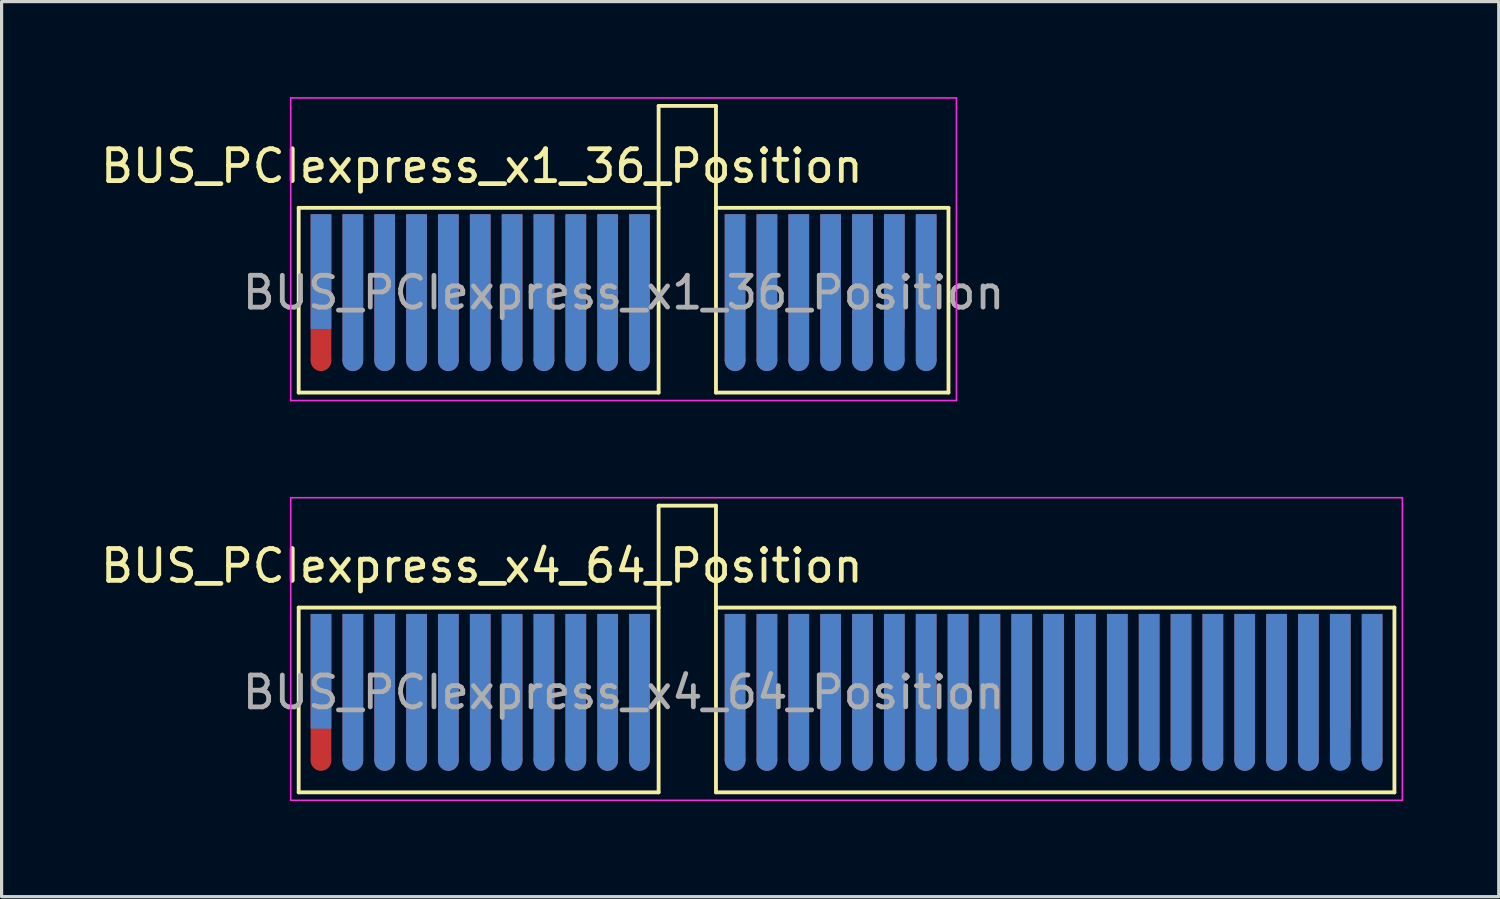
<source format=kicad_pcb>
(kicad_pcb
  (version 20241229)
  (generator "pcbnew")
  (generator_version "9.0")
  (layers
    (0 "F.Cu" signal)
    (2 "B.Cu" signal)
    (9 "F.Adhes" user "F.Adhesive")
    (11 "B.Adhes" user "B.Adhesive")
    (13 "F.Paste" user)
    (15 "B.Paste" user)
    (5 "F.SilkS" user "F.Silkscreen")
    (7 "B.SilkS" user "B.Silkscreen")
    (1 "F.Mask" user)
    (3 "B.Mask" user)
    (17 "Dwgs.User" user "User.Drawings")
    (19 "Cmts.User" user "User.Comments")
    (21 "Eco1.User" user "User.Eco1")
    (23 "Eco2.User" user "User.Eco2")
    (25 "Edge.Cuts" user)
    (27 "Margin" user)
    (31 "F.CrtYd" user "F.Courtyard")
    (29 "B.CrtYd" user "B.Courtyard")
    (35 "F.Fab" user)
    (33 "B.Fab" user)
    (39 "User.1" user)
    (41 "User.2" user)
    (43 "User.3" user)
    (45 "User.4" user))
  (footprint "BUS_PCIexpress_x1_36_Position"
    (layer "F.Cu")
    (at 7.027 5.475)
    (property "Reference" "BUS_PCIexpress_x1_36_Position" (at 5.05 -3.31 0) (layer "F.SilkS") (effects (font (size 1 1) (thickness 0.15))))
    (attr exclude_from_pos_files exclude_from_bom)
    (fp_line (start -0.7 -2) (end 10.6 -2) (stroke (width 0.12) (type solid)) (layer "F.SilkS"))
    (fp_line (start -0.7 3.8) (end -0.7 -2) (stroke (width 0.12) (type solid)) (layer "F.SilkS"))
    (fp_line (start 10.6 -5.2) (end 12.4 -5.2) (stroke (width 0.12) (type solid)) (layer "F.SilkS"))
    (fp_line (start 10.6 -2) (end 10.6 -5.2) (stroke (width 0.12) (type solid)) (layer "F.SilkS"))
    (fp_line (start 10.6 -2) (end 10.6 3.8) (stroke (width 0.12) (type solid)) (layer "F.SilkS"))
    (fp_line (start 10.6 3.8) (end -0.7 3.8) (stroke (width 0.12) (type solid)) (layer "F.SilkS"))
    (fp_line (start 12.4 -5.2) (end 12.4 -2) (stroke (width 0.12) (type solid)) (layer "F.SilkS"))
    (fp_line (start 12.4 -2) (end 12.4 3.8) (stroke (width 0.12) (type solid)) (layer "F.SilkS"))
    (fp_line (start 12.4 3.8) (end 19.7 3.8) (stroke (width 0.12) (type solid)) (layer "F.SilkS"))
    (fp_line (start 19.7 -2) (end 12.4 -2) (stroke (width 0.12) (type solid)) (layer "F.SilkS"))
    (fp_line (start 19.7 -2) (end 19.7 3.8) (stroke (width 0.12) (type solid)) (layer "F.SilkS"))
    (fp_line (start -0.95 -5.45) (end -0.95 4.05) (stroke (width 0.05) (type solid)) (layer "F.CrtYd"))
    (fp_line (start -0.95 -5.45) (end 19.95 -5.45) (stroke (width 0.05) (type solid)) (layer "F.CrtYd"))
    (fp_line (start 19.95 4.05) (end -0.95 4.05) (stroke (width 0.05) (type solid)) (layer "F.CrtYd"))
    (fp_line (start 19.95 4.05) (end 19.95 -5.45) (stroke (width 0.05) (type solid)) (layer "F.CrtYd"))
    (fp_text user "${REFERENCE}" (at 9.5 0.662 0) (layer "F.Fab") (effects (font (size 1 1) (thickness 0.15))))
    (pad "A1" connect rect (at 0 0) (size 0.65 3.6) (layers "B.Cu" "B.Mask"))
    (pad "A2" connect rect (at 1 0.5) (size 0.65 4.6) (layers "B.Cu" "B.Mask"))
    (pad "A2" connect oval (at 1 2.8 90) (size 0.65 0.65) (layers "B.Cu" "B.Mask"))
    (pad "A3" connect rect (at 2 0.5) (size 0.65 4.6) (layers "B.Cu" "B.Mask"))
    (pad "A3" connect oval (at 2 2.8 90) (size 0.65 0.65) (layers "B.Cu" "B.Mask"))
    (pad "A4" connect rect (at 3 0.5) (size 0.65 4.6) (layers "B.Cu" "B.Mask"))
    (pad "A4" connect oval (at 3 2.8 90) (size 0.65 0.65) (layers "B.Cu" "B.Mask"))
    (pad "A5" connect rect (at 4 0.5) (size 0.65 4.6) (layers "B.Cu" "B.Mask"))
    (pad "A5" connect oval (at 4 2.8 90) (size 0.65 0.65) (layers "B.Cu" "B.Mask"))
    (pad "A6" connect rect (at 5 0.5) (size 0.65 4.6) (layers "B.Cu" "B.Mask"))
    (pad "A6" connect oval (at 5 2.8 90) (size 0.65 0.65) (layers "B.Cu" "B.Mask"))
    (pad "A7" connect rect (at 6 0.5) (size 0.65 4.6) (layers "B.Cu" "B.Mask"))
    (pad "A7" connect oval (at 6 2.8 90) (size 0.65 0.65) (layers "B.Cu" "B.Mask"))
    (pad "A8" connect rect (at 7 0.5) (size 0.65 4.6) (layers "B.Cu" "B.Mask"))
    (pad "A8" connect oval (at 7 2.8 90) (size 0.65 0.65) (layers "B.Cu" "B.Mask"))
    (pad "A9" connect rect (at 8 0.5) (size 0.65 4.6) (layers "B.Cu" "B.Mask"))
    (pad "A9" connect oval (at 8 2.8 90) (size 0.65 0.65) (layers "B.Cu" "B.Mask"))
    (pad "A10" connect rect (at 9 0.5) (size 0.65 4.6) (layers "B.Cu" "B.Mask"))
    (pad "A10" connect oval (at 9 2.8 90) (size 0.65 0.65) (layers "B.Cu" "B.Mask"))
    (pad "A11" connect rect (at 10 0.5) (size 0.65 4.6) (layers "B.Cu" "B.Mask"))
    (pad "A11" connect oval (at 10 2.8 90) (size 0.65 0.65) (layers "B.Cu" "B.Mask"))
    (pad "A12" connect rect (at 13 0.5) (size 0.65 4.6) (layers "B.Cu" "B.Mask"))
    (pad "A12" connect oval (at 13 2.8 90) (size 0.65 0.65) (layers "B.Cu" "B.Mask"))
    (pad "A13" connect rect (at 14 0.5) (size 0.65 4.6) (layers "B.Cu" "B.Mask"))
    (pad "A13" connect oval (at 14 2.8 90) (size 0.65 0.65) (layers "B.Cu" "B.Mask"))
    (pad "A14" connect rect (at 15 0.5) (size 0.65 4.6) (layers "B.Cu" "B.Mask"))
    (pad "A14" connect oval (at 15 2.8 90) (size 0.65 0.65) (layers "B.Cu" "B.Mask"))
    (pad "A15" connect rect (at 16 0.5) (size 0.65 4.6) (layers "B.Cu" "B.Mask"))
    (pad "A15" connect oval (at 16 2.8 90) (size 0.65 0.65) (layers "B.Cu" "B.Mask"))
    (pad "A16" connect rect (at 17 0.5) (size 0.65 4.6) (layers "B.Cu" "B.Mask"))
    (pad "A16" connect oval (at 17 2.8 90) (size 0.65 0.65) (layers "B.Cu" "B.Mask"))
    (pad "A17" connect rect (at 18 0.5) (size 0.65 4.6) (layers "B.Cu" "B.Mask"))
    (pad "A17" connect oval (at 18 2.8 90) (size 0.65 0.65) (layers "B.Cu" "B.Mask"))
    (pad "A18" connect rect (at 19 0.5) (size 0.65 4.6) (layers "B.Cu" "B.Mask"))
    (pad "A18" connect oval (at 19 2.8 90) (size 0.65 0.65) (layers "B.Cu" "B.Mask"))
    (pad "B1" connect rect (at 0 0.5) (size 0.65 4.6) (layers "F.Cu" "F.Mask"))
    (pad "B1" connect circle (at 0 2.8) (size 0.65 0.65) (layers "F.Cu" "F.Mask"))
    (pad "B2" connect rect (at 1 0.5) (size 0.65 4.6) (layers "F.Cu" "F.Mask"))
    (pad "B2" connect circle (at 1 2.8) (size 0.65 0.65) (layers "F.Cu" "F.Mask"))
    (pad "B3" connect rect (at 2 0.5) (size 0.65 4.6) (layers "F.Cu" "F.Mask"))
    (pad "B3" connect circle (at 2 2.8) (size 0.65 0.65) (layers "F.Cu" "F.Mask"))
    (pad "B4" connect rect (at 3 0.5) (size 0.65 4.6) (layers "F.Cu" "F.Mask"))
    (pad "B4" connect circle (at 3 2.8) (size 0.65 0.65) (layers "F.Cu" "F.Mask"))
    (pad "B5" connect rect (at 4 0.5) (size 0.65 4.6) (layers "F.Cu" "F.Mask"))
    (pad "B5" connect circle (at 4 2.8) (size 0.65 0.65) (layers "F.Cu" "F.Mask"))
    (pad "B6" connect rect (at 5 0.5) (size 0.65 4.6) (layers "F.Cu" "F.Mask"))
    (pad "B6" connect circle (at 5 2.8) (size 0.65 0.65) (layers "F.Cu" "F.Mask"))
    (pad "B7" connect rect (at 6 0.5) (size 0.65 4.6) (layers "F.Cu" "F.Mask"))
    (pad "B7" connect circle (at 6 2.8) (size 0.65 0.65) (layers "F.Cu" "F.Mask"))
    (pad "B8" connect rect (at 7 0.5) (size 0.65 4.6) (layers "F.Cu" "F.Mask"))
    (pad "B8" connect circle (at 7 2.8) (size 0.65 0.65) (layers "F.Cu" "F.Mask"))
    (pad "B9" connect rect (at 8 0.5) (size 0.65 4.6) (layers "F.Cu" "F.Mask"))
    (pad "B9" connect circle (at 8 2.8) (size 0.65 0.65) (layers "F.Cu" "F.Mask"))
    (pad "B10" connect rect (at 9 0.5) (size 0.65 4.6) (layers "F.Cu" "F.Mask"))
    (pad "B10" connect circle (at 9 2.8) (size 0.65 0.65) (layers "F.Cu" "F.Mask"))
    (pad "B11" connect rect (at 10 0.5) (size 0.65 4.6) (layers "F.Cu" "F.Mask"))
    (pad "B11" connect circle (at 10 2.8) (size 0.65 0.65) (layers "F.Cu" "F.Mask"))
    (pad "B12" connect rect (at 13 0.5) (size 0.65 4.6) (layers "F.Cu" "F.Mask"))
    (pad "B12" connect circle (at 13 2.8) (size 0.65 0.65) (layers "F.Cu" "F.Mask"))
    (pad "B13" connect rect (at 14 0.5) (size 0.65 4.6) (layers "F.Cu" "F.Mask"))
    (pad "B13" connect circle (at 14 2.8) (size 0.65 0.65) (layers "F.Cu" "F.Mask"))
    (pad "B14" connect rect (at 15 0.5) (size 0.65 4.6) (layers "F.Cu" "F.Mask"))
    (pad "B14" connect circle (at 15 2.8) (size 0.65 0.65) (layers "F.Cu" "F.Mask"))
    (pad "B15" connect rect (at 16 0.5) (size 0.65 4.6) (layers "F.Cu" "F.Mask"))
    (pad "B15" connect circle (at 16 2.8) (size 0.65 0.65) (layers "F.Cu" "F.Mask"))
    (pad "B16" connect rect (at 17 0.5) (size 0.65 4.6) (layers "F.Cu" "F.Mask"))
    (pad "B16" connect circle (at 17 2.8) (size 0.65 0.65) (layers "F.Cu" "F.Mask"))
    (pad "B17" connect rect (at 18 0) (size 0.65 3.6) (layers "F.Cu" "F.Mask"))
    (pad "B18" connect rect (at 19 0.5) (size 0.65 4.6) (layers "F.Cu" "F.Mask"))
    (pad "B18" connect circle (at 19 2.8) (size 0.65 0.65) (layers "F.Cu" "F.Mask")))
  (footprint "BUS_PCIexpress_x4_64_Position"
    (layer "F.Cu")
    (at 7.027 18.025)
    (property "Reference" "BUS_PCIexpress_x4_64_Position" (at 5.05 -3.31 0) (layer "F.SilkS") (effects (font (size 1 1) (thickness 0.15))))
    (attr exclude_from_pos_files exclude_from_bom)
    (fp_line (start -0.7 -2) (end 10.6 -2) (stroke (width 0.12) (type solid)) (layer "F.SilkS"))
    (fp_line (start -0.7 3.8) (end -0.7 -2) (stroke (width 0.12) (type solid)) (layer "F.SilkS"))
    (fp_line (start 10.6 -5.2) (end 12.4 -5.2) (stroke (width 0.12) (type solid)) (layer "F.SilkS"))
    (fp_line (start 10.6 -2) (end 10.6 -5.2) (stroke (width 0.12) (type solid)) (layer "F.SilkS"))
    (fp_line (start 10.6 -2) (end 10.6 3.8) (stroke (width 0.12) (type solid)) (layer "F.SilkS"))
    (fp_line (start 10.6 3.8) (end -0.7 3.8) (stroke (width 0.12) (type solid)) (layer "F.SilkS"))
    (fp_line (start 12.4 -5.2) (end 12.4 -2) (stroke (width 0.12) (type solid)) (layer "F.SilkS"))
    (fp_line (start 12.4 -2) (end 12.4 3.8) (stroke (width 0.12) (type solid)) (layer "F.SilkS"))
    (fp_line (start 12.4 3.8) (end 33.7 3.8) (stroke (width 0.12) (type solid)) (layer "F.SilkS"))
    (fp_line (start 33.7 -2) (end 12.4 -2) (stroke (width 0.12) (type solid)) (layer "F.SilkS"))
    (fp_line (start 33.7 -2) (end 33.7 3.8) (stroke (width 0.12) (type solid)) (layer "F.SilkS"))
    (fp_line (start -0.95 -5.45) (end -0.95 4.05) (stroke (width 0.05) (type solid)) (layer "F.CrtYd"))
    (fp_line (start -0.95 -5.45) (end 33.95 -5.45) (stroke (width 0.05) (type solid)) (layer "F.CrtYd"))
    (fp_line (start 33.95 -5.45) (end 33.95 4.05) (stroke (width 0.05) (type solid)) (layer "F.CrtYd"))
    (fp_line (start 33.95 4.05) (end -0.95 4.05) (stroke (width 0.05) (type solid)) (layer "F.CrtYd"))
    (fp_text user "${REFERENCE}" (at 9.5 0.662 0) (layer "F.Fab") (effects (font (size 1 1) (thickness 0.15))))
    (pad "A1" connect rect (at 0 0) (size 0.65 3.6) (layers "B.Cu" "B.Mask"))
    (pad "A2" connect rect (at 1 0.5) (size 0.65 4.6) (layers "B.Cu" "B.Mask"))
    (pad "A2" connect oval (at 1 2.8 90) (size 0.65 0.65) (layers "B.Cu" "B.Mask"))
    (pad "A3" connect rect (at 2 0.5) (size 0.65 4.6) (layers "B.Cu" "B.Mask"))
    (pad "A3" connect oval (at 2 2.8 90) (size 0.65 0.65) (layers "B.Cu" "B.Mask"))
    (pad "A4" connect rect (at 3 0.5) (size 0.65 4.6) (layers "B.Cu" "B.Mask"))
    (pad "A4" connect oval (at 3 2.8 90) (size 0.65 0.65) (layers "B.Cu" "B.Mask"))
    (pad "A5" connect rect (at 4 0.5) (size 0.65 4.6) (layers "B.Cu" "B.Mask"))
    (pad "A5" connect oval (at 4 2.8 90) (size 0.65 0.65) (layers "B.Cu" "B.Mask"))
    (pad "A6" connect rect (at 5 0.5) (size 0.65 4.6) (layers "B.Cu" "B.Mask"))
    (pad "A6" connect oval (at 5 2.8 90) (size 0.65 0.65) (layers "B.Cu" "B.Mask"))
    (pad "A7" connect rect (at 6 0.5) (size 0.65 4.6) (layers "B.Cu" "B.Mask"))
    (pad "A7" connect oval (at 6 2.8 90) (size 0.65 0.65) (layers "B.Cu" "B.Mask"))
    (pad "A8" connect rect (at 7 0.5) (size 0.65 4.6) (layers "B.Cu" "B.Mask"))
    (pad "A8" connect oval (at 7 2.8 90) (size 0.65 0.65) (layers "B.Cu" "B.Mask"))
    (pad "A9" connect rect (at 8 0.5) (size 0.65 4.6) (layers "B.Cu" "B.Mask"))
    (pad "A9" connect oval (at 8 2.8 90) (size 0.65 0.65) (layers "B.Cu" "B.Mask"))
    (pad "A10" connect rect (at 9 0.5) (size 0.65 4.6) (layers "B.Cu" "B.Mask"))
    (pad "A10" connect oval (at 9 2.8 90) (size 0.65 0.65) (layers "B.Cu" "B.Mask"))
    (pad "A11" connect rect (at 10 0.5) (size 0.65 4.6) (layers "B.Cu" "B.Mask"))
    (pad "A11" connect oval (at 10 2.8 90) (size 0.65 0.65) (layers "B.Cu" "B.Mask"))
    (pad "A12" connect rect (at 13 0.5) (size 0.65 4.6) (layers "B.Cu" "B.Mask"))
    (pad "A12" connect oval (at 13 2.8 90) (size 0.65 0.65) (layers "B.Cu" "B.Mask"))
    (pad "A13" connect rect (at 14 0.5) (size 0.65 4.6) (layers "B.Cu" "B.Mask"))
    (pad "A13" connect oval (at 14 2.8 90) (size 0.65 0.65) (layers "B.Cu" "B.Mask"))
    (pad "A14" connect rect (at 15 0.5) (size 0.65 4.6) (layers "B.Cu" "B.Mask"))
    (pad "A14" connect oval (at 15 2.8 90) (size 0.65 0.65) (layers "B.Cu" "B.Mask"))
    (pad "A15" connect rect (at 16 0.5) (size 0.65 4.6) (layers "B.Cu" "B.Mask"))
    (pad "A15" connect oval (at 16 2.8 90) (size 0.65 0.65) (layers "B.Cu" "B.Mask"))
    (pad "A16" connect rect (at 17 0.5) (size 0.65 4.6) (layers "B.Cu" "B.Mask"))
    (pad "A16" connect oval (at 17 2.8 90) (size 0.65 0.65) (layers "B.Cu" "B.Mask"))
    (pad "A17" connect rect (at 18 0.5) (size 0.65 4.6) (layers "B.Cu" "B.Mask"))
    (pad "A17" connect oval (at 18 2.8 90) (size 0.65 0.65) (layers "B.Cu" "B.Mask"))
    (pad "A18" connect rect (at 19 0.5) (size 0.65 4.6) (layers "B.Cu" "B.Mask"))
    (pad "A18" connect oval (at 19 2.8 90) (size 0.65 0.65) (layers "B.Cu" "B.Mask"))
    (pad "A18" connect oval (at 19 2.8 90) (size 0.65 0.65) (layers "B.Cu" "B.Mask"))
    (pad "A19" connect rect (at 20 0.5) (size 0.65 4.6) (layers "B.Cu" "B.Mask"))
    (pad "A19" connect oval (at 20 2.8 90) (size 0.65 0.65) (layers "B.Cu" "B.Mask"))
    (pad "A20" connect rect (at 21 0.5) (size 0.65 4.6) (layers "B.Cu" "B.Mask"))
    (pad "A20" connect oval (at 21 2.8 90) (size 0.65 0.65) (layers "B.Cu" "B.Mask"))
    (pad "A21" connect rect (at 22 0.5) (size 0.65 4.6) (layers "B.Cu" "B.Mask"))
    (pad "A21" connect oval (at 22 2.8 90) (size 0.65 0.65) (layers "B.Cu" "B.Mask"))
    (pad "A22" connect rect (at 23 0.5) (size 0.65 4.6) (layers "B.Cu" "B.Mask"))
    (pad "A22" connect oval (at 23 2.8 90) (size 0.65 0.65) (layers "B.Cu" "B.Mask"))
    (pad "A23" connect rect (at 24 0.5) (size 0.65 4.6) (layers "B.Cu" "B.Mask"))
    (pad "A23" connect oval (at 24 2.8 90) (size 0.65 0.65) (layers "B.Cu" "B.Mask"))
    (pad "A24" connect rect (at 25 0.5) (size 0.65 4.6) (layers "B.Cu" "B.Mask"))
    (pad "A24" connect oval (at 25 2.8 90) (size 0.65 0.65) (layers "B.Cu" "B.Mask"))
    (pad "A25" connect rect (at 26 0.5) (size 0.65 4.6) (layers "B.Cu" "B.Mask"))
    (pad "A25" connect oval (at 26 2.8 90) (size 0.65 0.65) (layers "B.Cu" "B.Mask"))
    (pad "A26" connect rect (at 27 0.5) (size 0.65 4.6) (layers "B.Cu" "B.Mask"))
    (pad "A26" connect oval (at 27 2.8 90) (size 0.65 0.65) (layers "B.Cu" "B.Mask"))
    (pad "A27" connect rect (at 28 0.5) (size 0.65 4.6) (layers "B.Cu" "B.Mask"))
    (pad "A27" connect oval (at 28 2.8 90) (size 0.65 0.65) (layers "B.Cu" "B.Mask"))
    (pad "A28" connect rect (at 29 0.5) (size 0.65 4.6) (layers "B.Cu" "B.Mask"))
    (pad "A28" connect oval (at 29 2.8 90) (size 0.65 0.65) (layers "B.Cu" "B.Mask"))
    (pad "A29" connect rect (at 30 0.5) (size 0.65 4.6) (layers "B.Cu" "B.Mask"))
    (pad "A29" connect oval (at 30 2.8 90) (size 0.65 0.65) (layers "B.Cu" "B.Mask"))
    (pad "A30" connect rect (at 31 0.5) (size 0.65 4.6) (layers "B.Cu" "B.Mask"))
    (pad "A30" connect oval (at 31 2.8 90) (size 0.65 0.65) (layers "B.Cu" "B.Mask"))
    (pad "A31" connect rect (at 32 0.5) (size 0.65 4.6) (layers "B.Cu" "B.Mask"))
    (pad "A31" connect oval (at 32 2.8 90) (size 0.65 0.65) (layers "B.Cu" "B.Mask"))
    (pad "A32" connect rect (at 33 0.5) (size 0.65 4.6) (layers "B.Cu" "B.Mask"))
    (pad "A32" connect oval (at 33 2.8 90) (size 0.65 0.65) (layers "B.Cu" "B.Mask"))
    (pad "B1" connect rect (at 0 0.5) (size 0.65 4.6) (layers "F.Cu" "F.Mask"))
    (pad "B1" connect circle (at 0 2.8) (size 0.65 0.65) (layers "F.Cu" "F.Mask"))
    (pad "B2" connect rect (at 1 0.5) (size 0.65 4.6) (layers "F.Cu" "F.Mask"))
    (pad "B2" connect circle (at 1 2.8) (size 0.65 0.65) (layers "F.Cu" "F.Mask"))
    (pad "B3" connect rect (at 2 0.5) (size 0.65 4.6) (layers "F.Cu" "F.Mask"))
    (pad "B3" connect circle (at 2 2.8) (size 0.65 0.65) (layers "F.Cu" "F.Mask"))
    (pad "B4" connect rect (at 3 0.5) (size 0.65 4.6) (layers "F.Cu" "F.Mask"))
    (pad "B4" connect circle (at 3 2.8) (size 0.65 0.65) (layers "F.Cu" "F.Mask"))
    (pad "B5" connect rect (at 4 0.5) (size 0.65 4.6) (layers "F.Cu" "F.Mask"))
    (pad "B5" connect circle (at 4 2.8) (size 0.65 0.65) (layers "F.Cu" "F.Mask"))
    (pad "B6" connect rect (at 5 0.5) (size 0.65 4.6) (layers "F.Cu" "F.Mask"))
    (pad "B6" connect circle (at 5 2.8) (size 0.65 0.65) (layers "F.Cu" "F.Mask"))
    (pad "B7" connect rect (at 6 0.5) (size 0.65 4.6) (layers "F.Cu" "F.Mask"))
    (pad "B7" connect circle (at 6 2.8) (size 0.65 0.65) (layers "F.Cu" "F.Mask"))
    (pad "B8" connect rect (at 7 0.5) (size 0.65 4.6) (layers "F.Cu" "F.Mask"))
    (pad "B8" connect circle (at 7 2.8) (size 0.65 0.65) (layers "F.Cu" "F.Mask"))
    (pad "B9" connect rect (at 8 0.5) (size 0.65 4.6) (layers "F.Cu" "F.Mask"))
    (pad "B9" connect circle (at 8 2.8) (size 0.65 0.65) (layers "F.Cu" "F.Mask"))
    (pad "B10" connect rect (at 9 0.5) (size 0.65 4.6) (layers "F.Cu" "F.Mask"))
    (pad "B10" connect circle (at 9 2.8) (size 0.65 0.65) (layers "F.Cu" "F.Mask"))
    (pad "B11" connect rect (at 10 0.5) (size 0.65 4.6) (layers "F.Cu" "F.Mask"))
    (pad "B11" connect circle (at 10 2.8) (size 0.65 0.65) (layers "F.Cu" "F.Mask"))
    (pad "B12" connect rect (at 13 0.5) (size 0.65 4.6) (layers "F.Cu" "F.Mask"))
    (pad "B12" connect circle (at 13 2.8) (size 0.65 0.65) (layers "F.Cu" "F.Mask"))
    (pad "B13" connect rect (at 14 0.5) (size 0.65 4.6) (layers "F.Cu" "F.Mask"))
    (pad "B13" connect circle (at 14 2.8) (size 0.65 0.65) (layers "F.Cu" "F.Mask"))
    (pad "B14" connect rect (at 15 0.5) (size 0.65 4.6) (layers "F.Cu" "F.Mask"))
    (pad "B14" connect circle (at 15 2.8) (size 0.65 0.65) (layers "F.Cu" "F.Mask"))
    (pad "B15" connect rect (at 16 0.5) (size 0.65 4.6) (layers "F.Cu" "F.Mask"))
    (pad "B15" connect circle (at 16 2.8) (size 0.65 0.65) (layers "F.Cu" "F.Mask"))
    (pad "B16" connect rect (at 17 0.5) (size 0.65 4.6) (layers "F.Cu" "F.Mask"))
    (pad "B16" connect circle (at 17 2.8) (size 0.65 0.65) (layers "F.Cu" "F.Mask"))
    (pad "B17" connect rect (at 18 0.5) (size 0.65 4.6) (layers "F.Cu" "F.Mask"))
    (pad "B17" connect circle (at 18 2.8) (size 0.65 0.65) (layers "F.Cu" "F.Mask"))
    (pad "B18" connect rect (at 19 0.5) (size 0.65 4.6) (layers "F.Cu" "F.Mask"))
    (pad "B18" connect circle (at 19 2.8) (size 0.65 0.65) (layers "F.Cu" "F.Mask"))
    (pad "B19" connect rect (at 20 0.5) (size 0.65 4.6) (layers "F.Cu" "F.Mask"))
    (pad "B19" connect circle (at 20 2.8) (size 0.65 0.65) (layers "F.Cu" "F.Mask"))
    (pad "B20" connect rect (at 21 0.5) (size 0.65 4.6) (layers "F.Cu" "F.Mask"))
    (pad "B20" connect circle (at 21 2.8) (size 0.65 0.65) (layers "F.Cu" "F.Mask"))
    (pad "B21" connect rect (at 22 0.5) (size 0.65 4.6) (layers "F.Cu" "F.Mask"))
    (pad "B21" connect circle (at 22 2.8) (size 0.65 0.65) (layers "F.Cu" "F.Mask"))
    (pad "B22" connect rect (at 23 0.5) (size 0.65 4.6) (layers "F.Cu" "F.Mask"))
    (pad "B22" connect circle (at 23 2.8) (size 0.65 0.65) (layers "F.Cu" "F.Mask"))
    (pad "B23" connect rect (at 24 0.5) (size 0.65 4.6) (layers "F.Cu" "F.Mask"))
    (pad "B23" connect circle (at 24 2.8) (size 0.65 0.65) (layers "F.Cu" "F.Mask"))
    (pad "B24" connect rect (at 25 0.5) (size 0.65 4.6) (layers "F.Cu" "F.Mask"))
    (pad "B24" connect circle (at 25 2.8) (size 0.65 0.65) (layers "F.Cu" "F.Mask"))
    (pad "B25" connect rect (at 26 0.5) (size 0.65 4.6) (layers "F.Cu" "F.Mask"))
    (pad "B25" connect circle (at 26 2.8) (size 0.65 0.65) (layers "F.Cu" "F.Mask"))
    (pad "B26" connect rect (at 27 0.5) (size 0.65 4.6) (layers "F.Cu" "F.Mask"))
    (pad "B26" connect circle (at 27 2.8) (size 0.65 0.65) (layers "F.Cu" "F.Mask"))
    (pad "B27" connect rect (at 28 0.5) (size 0.65 4.6) (layers "F.Cu" "F.Mask"))
    (pad "B27" connect circle (at 28 2.8) (size 0.65 0.65) (layers "F.Cu" "F.Mask"))
    (pad "B28" connect rect (at 29 0.5) (size 0.65 4.6) (layers "F.Cu" "F.Mask"))
    (pad "B28" connect circle (at 29 2.8) (size 0.65 0.65) (layers "F.Cu" "F.Mask"))
    (pad "B29" connect rect (at 30 0.5) (size 0.65 4.6) (layers "F.Cu" "F.Mask"))
    (pad "B29" connect circle (at 30 2.8) (size 0.65 0.65) (layers "F.Cu" "F.Mask"))
    (pad "B30" connect rect (at 31 0.5) (size 0.65 4.6) (layers "F.Cu" "F.Mask"))
    (pad "B30" connect circle (at 31 2.8) (size 0.65 0.65) (layers "F.Cu" "F.Mask"))
    (pad "B31" connect rect (at 32 0) (size 0.65 3.6) (layers "F.Cu" "F.Mask"))
    (pad "B32" connect rect (at 33 0.5) (size 0.65 4.6) (layers "F.Cu" "F.Mask"))
    (pad "B32" connect circle (at 33 2.8) (size 0.65 0.65) (layers "F.Cu" "F.Mask")))
  (gr_rect
    (start -3 -3)
    (end 44.002 25.1)
    (stroke (width 0.1) (type default))
    (fill no)
    (layer "Edge.Cuts")))
</source>
